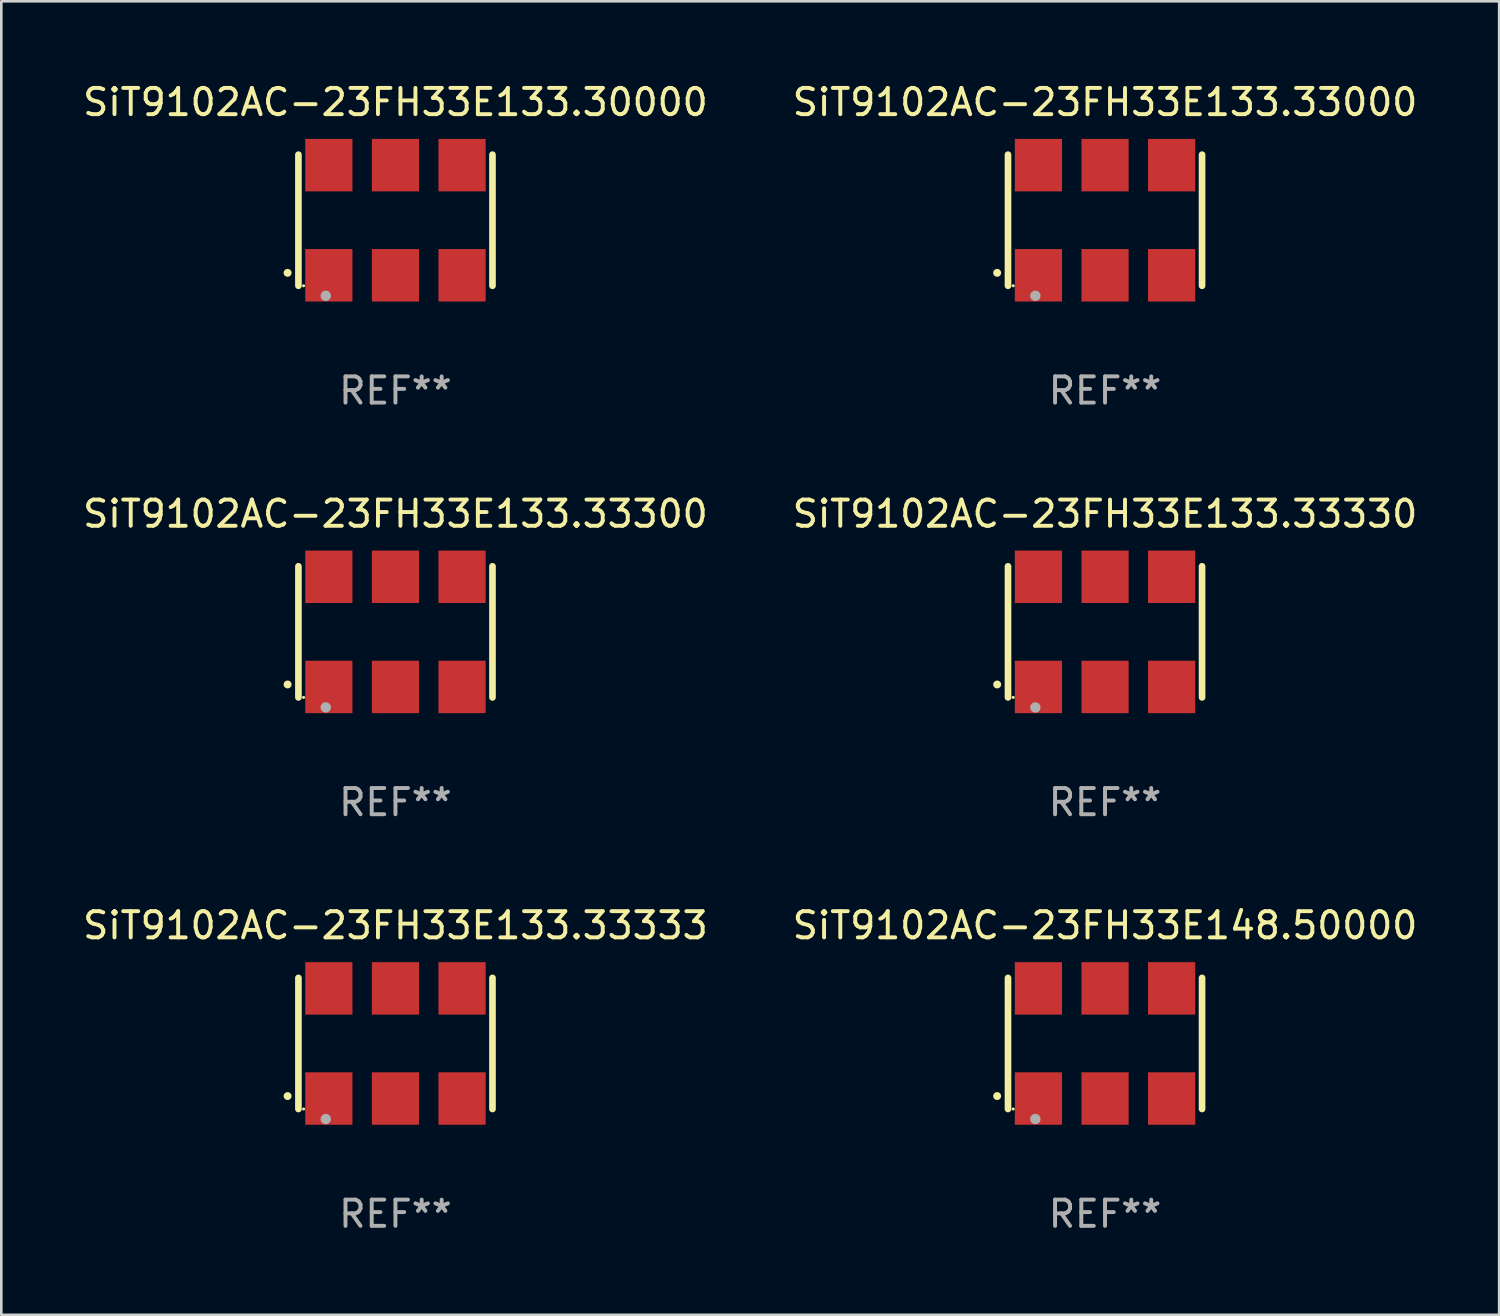
<source format=kicad_pcb>
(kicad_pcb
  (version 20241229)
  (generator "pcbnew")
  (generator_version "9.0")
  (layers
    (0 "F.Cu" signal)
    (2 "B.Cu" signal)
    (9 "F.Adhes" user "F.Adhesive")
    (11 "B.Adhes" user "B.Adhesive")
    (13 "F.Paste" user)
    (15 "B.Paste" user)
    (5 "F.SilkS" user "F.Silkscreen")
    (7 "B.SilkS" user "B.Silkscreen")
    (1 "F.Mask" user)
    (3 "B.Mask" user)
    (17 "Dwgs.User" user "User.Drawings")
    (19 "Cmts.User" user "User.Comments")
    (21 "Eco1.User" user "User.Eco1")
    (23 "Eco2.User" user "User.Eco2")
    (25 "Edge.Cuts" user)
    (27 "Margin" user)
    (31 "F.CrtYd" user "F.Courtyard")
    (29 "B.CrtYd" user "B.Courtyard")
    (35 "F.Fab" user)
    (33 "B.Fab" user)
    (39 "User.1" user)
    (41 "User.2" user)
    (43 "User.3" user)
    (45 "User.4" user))
  (footprint "SiT9102AC-23FH33E133.33000"
    (layer "F.Cu")
    (at 39.089 5.348)
    (property "Reference" "SiT9102AC-23FH33E133.33000" (at 0 -4.5 0) (layer "F.SilkS") (effects (font (size 1 1) (thickness 0.15))))
    (attr through_hole)
    (fp_line (start -3.7 -2.5) (end -3.7 2.5) (stroke (width 0.254) (type solid)) (layer "F.SilkS"))
    (fp_line (start 3.7 -2.5) (end 3.7 2.5) (stroke (width 0.254) (type solid)) (layer "F.SilkS"))
    (fp_arc (start -4.114415 2.006604) (mid -4.113145 2.006599) (end -4.111875 2.006604) (stroke (width 0.3) (type solid)) (layer "F.SilkS"))
    (fp_circle (center -3.502 2.5) (end -3.472 2.5) (stroke (width 0.06) (type solid)) (fill no) (layer "F.SilkS"))
    (fp_circle (center -2.657 2.882) (end -2.557 2.882) (stroke (width 0.2) (type solid)) (fill no) (layer "F.Fab"))
    (fp_text user "REF**" (at 0 6.5 0) (layer "F.Fab") (effects (font (size 1 1) (thickness 0.15))))
    (pad "1" smd rect (at -2.54 2.1) (size 1.8 2) (layers "F.Cu" "F.Mask" "F.Paste"))
    (pad "2" smd rect (at 0.000394 2.1) (size 1.8 2) (layers "F.Cu" "F.Mask" "F.Paste"))
    (pad "3" smd rect (at 2.54 2.1) (size 1.8 2) (layers "F.Cu" "F.Mask" "F.Paste"))
    (pad "4" smd rect (at 2.54 -2.1) (size 1.8 2) (layers "F.Cu" "F.Mask" "F.Paste"))
    (pad "5" smd rect (at 0.000394 -2.1) (size 1.8 2) (layers "F.Cu" "F.Mask" "F.Paste"))
    (pad "6" smd rect (at -2.54 -2.1) (size 1.8 2) (layers "F.Cu" "F.Mask" "F.Paste")))
  (footprint "SiT9102AC-23FH33E133.33300"
    (layer "F.Cu")
    (at 12.03 21.045)
    (property "Reference" "SiT9102AC-23FH33E133.33300" (at 0 -4.5 0) (layer "F.SilkS") (effects (font (size 1 1) (thickness 0.15))))
    (attr through_hole)
    (fp_line (start -3.7 -2.5) (end -3.7 2.5) (stroke (width 0.254) (type solid)) (layer "F.SilkS"))
    (fp_line (start 3.7 -2.5) (end 3.7 2.5) (stroke (width 0.254) (type solid)) (layer "F.SilkS"))
    (fp_arc (start -4.114415 2.006604) (mid -4.113145 2.006599) (end -4.111875 2.006604) (stroke (width 0.3) (type solid)) (layer "F.SilkS"))
    (fp_circle (center -3.502 2.5) (end -3.472 2.5) (stroke (width 0.06) (type solid)) (fill no) (layer "F.SilkS"))
    (fp_circle (center -2.657 2.882) (end -2.557 2.882) (stroke (width 0.2) (type solid)) (fill no) (layer "F.Fab"))
    (fp_text user "REF**" (at 0 6.5 0) (layer "F.Fab") (effects (font (size 1 1) (thickness 0.15))))
    (pad "1" smd rect (at -2.54 2.1) (size 1.8 2) (layers "F.Cu" "F.Mask" "F.Paste"))
    (pad "2" smd rect (at 0.000394 2.1) (size 1.8 2) (layers "F.Cu" "F.Mask" "F.Paste"))
    (pad "3" smd rect (at 2.54 2.1) (size 1.8 2) (layers "F.Cu" "F.Mask" "F.Paste"))
    (pad "4" smd rect (at 2.54 -2.1) (size 1.8 2) (layers "F.Cu" "F.Mask" "F.Paste"))
    (pad "5" smd rect (at 0.000394 -2.1) (size 1.8 2) (layers "F.Cu" "F.Mask" "F.Paste"))
    (pad "6" smd rect (at -2.54 -2.1) (size 1.8 2) (layers "F.Cu" "F.Mask" "F.Paste")))
  (footprint "SiT9102AC-23FH33E133.30000"
    (layer "F.Cu")
    (at 12.03 5.348)
    (property "Reference" "SiT9102AC-23FH33E133.30000" (at 0 -4.5 0) (layer "F.SilkS") (effects (font (size 1 1) (thickness 0.15))))
    (attr through_hole)
    (fp_line (start -3.7 -2.5) (end -3.7 2.5) (stroke (width 0.254) (type solid)) (layer "F.SilkS"))
    (fp_line (start 3.7 -2.5) (end 3.7 2.5) (stroke (width 0.254) (type solid)) (layer "F.SilkS"))
    (fp_arc (start -4.114415 2.006604) (mid -4.113145 2.006599) (end -4.111875 2.006604) (stroke (width 0.3) (type solid)) (layer "F.SilkS"))
    (fp_circle (center -3.502 2.5) (end -3.472 2.5) (stroke (width 0.06) (type solid)) (fill no) (layer "F.SilkS"))
    (fp_circle (center -2.657 2.882) (end -2.557 2.882) (stroke (width 0.2) (type solid)) (fill no) (layer "F.Fab"))
    (fp_text user "REF**" (at 0 6.5 0) (layer "F.Fab") (effects (font (size 1 1) (thickness 0.15))))
    (pad "1" smd rect (at -2.54 2.1) (size 1.8 2) (layers "F.Cu" "F.Mask" "F.Paste"))
    (pad "2" smd rect (at 0.000394 2.1) (size 1.8 2) (layers "F.Cu" "F.Mask" "F.Paste"))
    (pad "3" smd rect (at 2.54 2.1) (size 1.8 2) (layers "F.Cu" "F.Mask" "F.Paste"))
    (pad "4" smd rect (at 2.54 -2.1) (size 1.8 2) (layers "F.Cu" "F.Mask" "F.Paste"))
    (pad "5" smd rect (at 0.000394 -2.1) (size 1.8 2) (layers "F.Cu" "F.Mask" "F.Paste"))
    (pad "6" smd rect (at -2.54 -2.1) (size 1.8 2) (layers "F.Cu" "F.Mask" "F.Paste")))
  (footprint "SiT9102AC-23FH33E133.33330"
    (layer "F.Cu")
    (at 39.089 21.045)
    (property "Reference" "SiT9102AC-23FH33E133.33330" (at 0 -4.5 0) (layer "F.SilkS") (effects (font (size 1 1) (thickness 0.15))))
    (attr through_hole)
    (fp_line (start -3.7 -2.5) (end -3.7 2.5) (stroke (width 0.254) (type solid)) (layer "F.SilkS"))
    (fp_line (start 3.7 -2.5) (end 3.7 2.5) (stroke (width 0.254) (type solid)) (layer "F.SilkS"))
    (fp_arc (start -4.114415 2.006604) (mid -4.113145 2.006599) (end -4.111875 2.006604) (stroke (width 0.3) (type solid)) (layer "F.SilkS"))
    (fp_circle (center -3.502 2.5) (end -3.472 2.5) (stroke (width 0.06) (type solid)) (fill no) (layer "F.SilkS"))
    (fp_circle (center -2.657 2.882) (end -2.557 2.882) (stroke (width 0.2) (type solid)) (fill no) (layer "F.Fab"))
    (fp_text user "REF**" (at 0 6.5 0) (layer "F.Fab") (effects (font (size 1 1) (thickness 0.15))))
    (pad "1" smd rect (at -2.54 2.1) (size 1.8 2) (layers "F.Cu" "F.Mask" "F.Paste"))
    (pad "2" smd rect (at 0.000394 2.1) (size 1.8 2) (layers "F.Cu" "F.Mask" "F.Paste"))
    (pad "3" smd rect (at 2.54 2.1) (size 1.8 2) (layers "F.Cu" "F.Mask" "F.Paste"))
    (pad "4" smd rect (at 2.54 -2.1) (size 1.8 2) (layers "F.Cu" "F.Mask" "F.Paste"))
    (pad "5" smd rect (at 0.000394 -2.1) (size 1.8 2) (layers "F.Cu" "F.Mask" "F.Paste"))
    (pad "6" smd rect (at -2.54 -2.1) (size 1.8 2) (layers "F.Cu" "F.Mask" "F.Paste")))
  (footprint "SiT9102AC-23FH33E148.50000"
    (layer "F.Cu")
    (at 39.089 36.741)
    (property "Reference" "SiT9102AC-23FH33E148.50000" (at 0 -4.5 0) (layer "F.SilkS") (effects (font (size 1 1) (thickness 0.15))))
    (attr through_hole)
    (fp_line (start -3.7 -2.5) (end -3.7 2.5) (stroke (width 0.254) (type solid)) (layer "F.SilkS"))
    (fp_line (start 3.7 -2.5) (end 3.7 2.5) (stroke (width 0.254) (type solid)) (layer "F.SilkS"))
    (fp_arc (start -4.114415 2.006604) (mid -4.113145 2.006599) (end -4.111875 2.006604) (stroke (width 0.3) (type solid)) (layer "F.SilkS"))
    (fp_circle (center -3.502 2.5) (end -3.472 2.5) (stroke (width 0.06) (type solid)) (fill no) (layer "F.SilkS"))
    (fp_circle (center -2.657 2.882) (end -2.557 2.882) (stroke (width 0.2) (type solid)) (fill no) (layer "F.Fab"))
    (fp_text user "REF**" (at 0 6.5 0) (layer "F.Fab") (effects (font (size 1 1) (thickness 0.15))))
    (pad "1" smd rect (at -2.54 2.1) (size 1.8 2) (layers "F.Cu" "F.Mask" "F.Paste"))
    (pad "2" smd rect (at 0.000394 2.1) (size 1.8 2) (layers "F.Cu" "F.Mask" "F.Paste"))
    (pad "3" smd rect (at 2.54 2.1) (size 1.8 2) (layers "F.Cu" "F.Mask" "F.Paste"))
    (pad "4" smd rect (at 2.54 -2.1) (size 1.8 2) (layers "F.Cu" "F.Mask" "F.Paste"))
    (pad "5" smd rect (at 0.000394 -2.1) (size 1.8 2) (layers "F.Cu" "F.Mask" "F.Paste"))
    (pad "6" smd rect (at -2.54 -2.1) (size 1.8 2) (layers "F.Cu" "F.Mask" "F.Paste")))
  (footprint "SiT9102AC-23FH33E133.33333"
    (layer "F.Cu")
    (at 12.03 36.741)
    (property "Reference" "SiT9102AC-23FH33E133.33333" (at 0 -4.5 0) (layer "F.SilkS") (effects (font (size 1 1) (thickness 0.15))))
    (attr through_hole)
    (fp_line (start -3.7 -2.5) (end -3.7 2.5) (stroke (width 0.254) (type solid)) (layer "F.SilkS"))
    (fp_line (start 3.7 -2.5) (end 3.7 2.5) (stroke (width 0.254) (type solid)) (layer "F.SilkS"))
    (fp_arc (start -4.114415 2.006604) (mid -4.113145 2.006599) (end -4.111875 2.006604) (stroke (width 0.3) (type solid)) (layer "F.SilkS"))
    (fp_circle (center -3.502 2.5) (end -3.472 2.5) (stroke (width 0.06) (type solid)) (fill no) (layer "F.SilkS"))
    (fp_circle (center -2.657 2.882) (end -2.557 2.882) (stroke (width 0.2) (type solid)) (fill no) (layer "F.Fab"))
    (fp_text user "REF**" (at 0 6.5 0) (layer "F.Fab") (effects (font (size 1 1) (thickness 0.15))))
    (pad "1" smd rect (at -2.54 2.1) (size 1.8 2) (layers "F.Cu" "F.Mask" "F.Paste"))
    (pad "2" smd rect (at 0.000394 2.1) (size 1.8 2) (layers "F.Cu" "F.Mask" "F.Paste"))
    (pad "3" smd rect (at 2.54 2.1) (size 1.8 2) (layers "F.Cu" "F.Mask" "F.Paste"))
    (pad "4" smd rect (at 2.54 -2.1) (size 1.8 2) (layers "F.Cu" "F.Mask" "F.Paste"))
    (pad "5" smd rect (at 0.000394 -2.1) (size 1.8 2) (layers "F.Cu" "F.Mask" "F.Paste"))
    (pad "6" smd rect (at -2.54 -2.1) (size 1.8 2) (layers "F.Cu" "F.Mask" "F.Paste")))
  (gr_rect
    (start -3 -3)
    (end 54.119 47.09)
    (stroke (width 0.1) (type default))
    (fill no)
    (layer "Edge.Cuts")))
</source>
